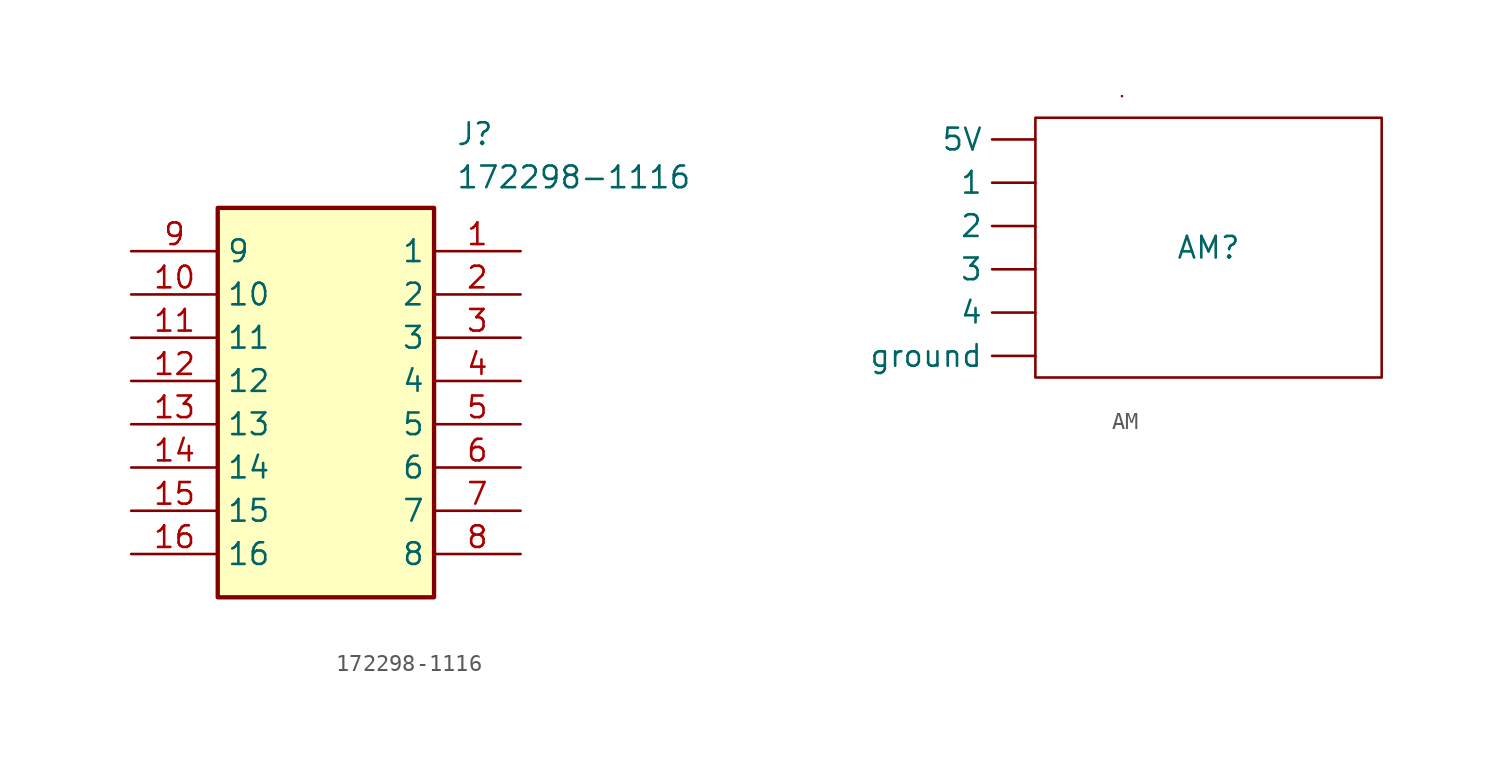
<source format=kicad_sym>
(kicad_symbol_lib
  (version 20231120)
  (generator "kicad_symbol_editor")
  (generator_version "8.0")
  (symbol "172298-1116"
    (property "Reference" "J"
      (at 19.05 7.62 0)
      (effects (font (size 1.27 1.27)) (justify left top)))
    (property "Value" "172298-1116"
      (at 19.05 5.08 0)
      (effects (font (size 1.27 1.27)) (justify left top)))
    (symbol "172298-1116_1_1"
      (rectangle (start 5.08 2.54) (end 17.78 -20.32) (stroke (width 0.254) (type default)) (fill (type background)))
      (pin passive line (at 22.86 0 180) (length 5.08) (name "1" (effects (font (size 1.27 1.27)))) (number "1" (effects (font (size 1.27 1.27)))))
      (pin passive line (at 0 -2.54 0) (length 5.08) (name "10" (effects (font (size 1.27 1.27)))) (number "10" (effects (font (size 1.27 1.27)))))
      (pin passive line (at 0 -5.08 0) (length 5.08) (name "11" (effects (font (size 1.27 1.27)))) (number "11" (effects (font (size 1.27 1.27)))))
      (pin passive line (at 0 -7.62 0) (length 5.08) (name "12" (effects (font (size 1.27 1.27)))) (number "12" (effects (font (size 1.27 1.27)))))
      (pin passive line (at 0 -10.16 0) (length 5.08) (name "13" (effects (font (size 1.27 1.27)))) (number "13" (effects (font (size 1.27 1.27)))))
      (pin passive line (at 0 -12.7 0) (length 5.08) (name "14" (effects (font (size 1.27 1.27)))) (number "14" (effects (font (size 1.27 1.27)))))
      (pin passive line (at 0 -15.24 0) (length 5.08) (name "15" (effects (font (size 1.27 1.27)))) (number "15" (effects (font (size 1.27 1.27)))))
      (pin passive line (at 0 -17.78 0) (length 5.08) (name "16" (effects (font (size 1.27 1.27)))) (number "16" (effects (font (size 1.27 1.27)))))
      (pin passive line (at 22.86 -2.54 180) (length 5.08) (name "2" (effects (font (size 1.27 1.27)))) (number "2" (effects (font (size 1.27 1.27)))))
      (pin passive line (at 22.86 -5.08 180) (length 5.08) (name "3" (effects (font (size 1.27 1.27)))) (number "3" (effects (font (size 1.27 1.27)))))
      (pin passive line (at 22.86 -7.62 180) (length 5.08) (name "4" (effects (font (size 1.27 1.27)))) (number "4" (effects (font (size 1.27 1.27)))))
      (pin passive line (at 22.86 -10.16 180) (length 5.08) (name "5" (effects (font (size 1.27 1.27)))) (number "5" (effects (font (size 1.27 1.27)))))
      (pin passive line (at 22.86 -12.7 180) (length 5.08) (name "6" (effects (font (size 1.27 1.27)))) (number "6" (effects (font (size 1.27 1.27)))))
      (pin passive line (at 22.86 -15.24 180) (length 5.08) (name "7" (effects (font (size 1.27 1.27)))) (number "7" (effects (font (size 1.27 1.27)))))
      (pin passive line (at 22.86 -17.78 180) (length 5.08) (name "8" (effects (font (size 1.27 1.27)))) (number "8" (effects (font (size 1.27 1.27)))))
      (pin passive line (at 0 0 0) (length 5.08) (name "9" (effects (font (size 1.27 1.27)))) (number "9" (effects (font (size 1.27 1.27)))))))
  (symbol "AM"
    (property "Reference" "AM"
      (at 0 0 0)
      (effects (font (size 1.27 1.27))))
    (property "Value" ""
      (at 0 0 0)
      (effects (font (size 1.27 1.27))))
    (symbol "AM_0_1"
      (rectangle (start -10.16 7.62) (end 10.16 -7.62) (stroke (width 0) (type default)) (fill (type none)))
      (rectangle (start -5.08 8.89) (end -5.08 8.89) (stroke (width 0) (type default)) (fill (type none))))
    (symbol "AM_1_1"
      (pin input line (at -10.16 3.81 180) (length 2.54) (name "1" (effects (font (size 1.27 1.27)))) (number "" (effects (font (size 1.27 1.27)))))
      (pin input line (at -10.16 1.27 180) (length 2.54) (name "2" (effects (font (size 1.27 1.27)))) (number "" (effects (font (size 1.27 1.27)))))
      (pin input line (at -10.16 -1.27 180) (length 2.54) (name "3" (effects (font (size 1.27 1.27)))) (number "" (effects (font (size 1.27 1.27)))))
      (pin input line (at -10.16 -3.81 180) (length 2.54) (name "4" (effects (font (size 1.27 1.27)))) (number "" (effects (font (size 1.27 1.27)))))
      (pin power_in line (at -10.16 6.35 180) (length 2.54) (name "5V" (effects (font (size 1.27 1.27)))) (number "" (effects (font (size 1.27 1.27)))))
      (pin input line (at -10.16 -6.35 180) (length 2.54) (name "ground" (effects (font (size 1.27 1.27)))) (number "" (effects (font (size 1.27 1.27))))))))
</source>
